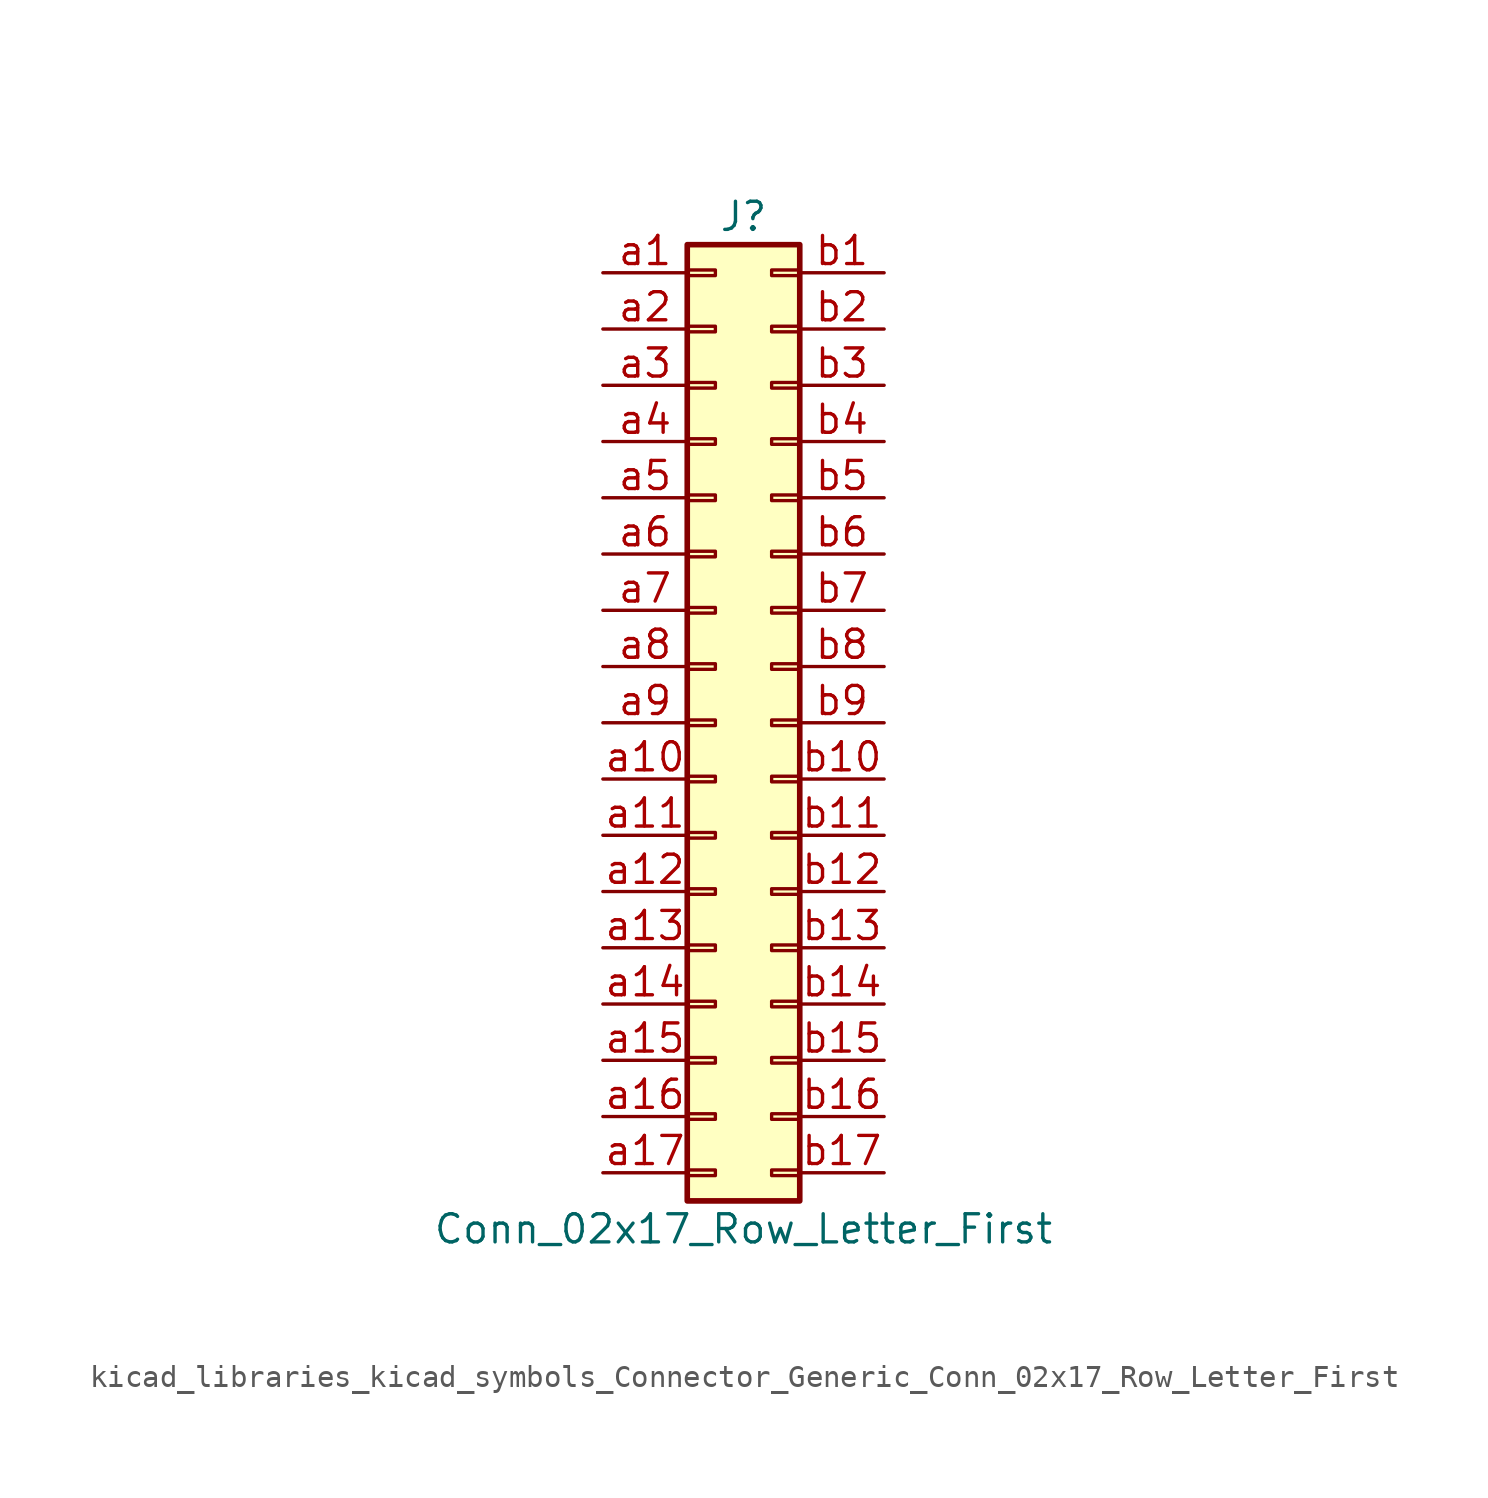
<source format=kicad_sym>
(kicad_symbol_lib
  (version 20220914)
  (generator kicad_symbol_editor)
  (symbol "kicad_libraries_kicad_symbols_Connector_Generic_Conn_02x17_Row_Letter_First"
    (pin_names
      (offset 1.016) hide)
    (property "Reference" "J"
      (at 1.27 22.86 0)
      (effects (font (size 1.27 1.27))))
    (property "Value" "Conn_02x17_Row_Letter_First"
      (at 1.27 -22.86 0)
      (effects (font (size 1.27 1.27))))
    (symbol "kicad_libraries_kicad_symbols_Connector_Generic_Conn_02x17_Row_Letter_First_1_1"
      (rectangle (start -1.27 -20.193) (end 0 -20.447) (stroke (width 0.152) (type default)) (fill (type none)))
      (rectangle (start -1.27 -17.653) (end 0 -17.907) (stroke (width 0.152) (type default)) (fill (type none)))
      (rectangle (start -1.27 -15.113) (end 0 -15.367) (stroke (width 0.152) (type default)) (fill (type none)))
      (rectangle (start -1.27 -12.573) (end 0 -12.827) (stroke (width 0.152) (type default)) (fill (type none)))
      (rectangle (start -1.27 -10.033) (end 0 -10.287) (stroke (width 0.152) (type default)) (fill (type none)))
      (rectangle (start -1.27 -7.493) (end 0 -7.747) (stroke (width 0.152) (type default)) (fill (type none)))
      (rectangle (start -1.27 -4.953) (end 0 -5.207) (stroke (width 0.152) (type default)) (fill (type none)))
      (rectangle (start -1.27 -2.413) (end 0 -2.667) (stroke (width 0.152) (type default)) (fill (type none)))
      (rectangle (start -1.27 0.127) (end 0 -0.127) (stroke (width 0.152) (type default)) (fill (type none)))
      (rectangle (start -1.27 2.667) (end 0 2.413) (stroke (width 0.152) (type default)) (fill (type none)))
      (rectangle (start -1.27 5.207) (end 0 4.953) (stroke (width 0.152) (type default)) (fill (type none)))
      (rectangle (start -1.27 7.747) (end 0 7.493) (stroke (width 0.152) (type default)) (fill (type none)))
      (rectangle (start -1.27 10.287) (end 0 10.033) (stroke (width 0.152) (type default)) (fill (type none)))
      (rectangle (start -1.27 12.827) (end 0 12.573) (stroke (width 0.152) (type default)) (fill (type none)))
      (rectangle (start -1.27 15.367) (end 0 15.113) (stroke (width 0.152) (type default)) (fill (type none)))
      (rectangle (start -1.27 17.907) (end 0 17.653) (stroke (width 0.152) (type default)) (fill (type none)))
      (rectangle (start -1.27 20.447) (end 0 20.193) (stroke (width 0.152) (type default)) (fill (type none)))
      (rectangle (start -1.27 21.59) (end 3.81 -21.59) (stroke (width 0.254) (type default)) (fill (type background)))
      (rectangle (start 3.81 -20.193) (end 2.54 -20.447) (stroke (width 0.152) (type default)) (fill (type none)))
      (rectangle (start 3.81 -17.653) (end 2.54 -17.907) (stroke (width 0.152) (type default)) (fill (type none)))
      (rectangle (start 3.81 -15.113) (end 2.54 -15.367) (stroke (width 0.152) (type default)) (fill (type none)))
      (rectangle (start 3.81 -12.573) (end 2.54 -12.827) (stroke (width 0.152) (type default)) (fill (type none)))
      (rectangle (start 3.81 -10.033) (end 2.54 -10.287) (stroke (width 0.152) (type default)) (fill (type none)))
      (rectangle (start 3.81 -7.493) (end 2.54 -7.747) (stroke (width 0.152) (type default)) (fill (type none)))
      (rectangle (start 3.81 -4.953) (end 2.54 -5.207) (stroke (width 0.152) (type default)) (fill (type none)))
      (rectangle (start 3.81 -2.413) (end 2.54 -2.667) (stroke (width 0.152) (type default)) (fill (type none)))
      (rectangle (start 3.81 0.127) (end 2.54 -0.127) (stroke (width 0.152) (type default)) (fill (type none)))
      (rectangle (start 3.81 2.667) (end 2.54 2.413) (stroke (width 0.152) (type default)) (fill (type none)))
      (rectangle (start 3.81 5.207) (end 2.54 4.953) (stroke (width 0.152) (type default)) (fill (type none)))
      (rectangle (start 3.81 7.747) (end 2.54 7.493) (stroke (width 0.152) (type default)) (fill (type none)))
      (rectangle (start 3.81 10.287) (end 2.54 10.033) (stroke (width 0.152) (type default)) (fill (type none)))
      (rectangle (start 3.81 12.827) (end 2.54 12.573) (stroke (width 0.152) (type default)) (fill (type none)))
      (rectangle (start 3.81 15.367) (end 2.54 15.113) (stroke (width 0.152) (type default)) (fill (type none)))
      (rectangle (start 3.81 17.907) (end 2.54 17.653) (stroke (width 0.152) (type default)) (fill (type none)))
      (rectangle (start 3.81 20.447) (end 2.54 20.193) (stroke (width 0.152) (type default)) (fill (type none)))
      (pin passive line (at -5.08 20.32 0) (length 3.81) (name "Pin_a1" (effects (font (size 1.27 1.27)))) (number "a1" (effects (font (size 1.27 1.27)))))
      (pin passive line (at -5.08 -2.54 0) (length 3.81) (name "Pin_a10" (effects (font (size 1.27 1.27)))) (number "a10" (effects (font (size 1.27 1.27)))))
      (pin passive line (at -5.08 -5.08 0) (length 3.81) (name "Pin_a11" (effects (font (size 1.27 1.27)))) (number "a11" (effects (font (size 1.27 1.27)))))
      (pin passive line (at -5.08 -7.62 0) (length 3.81) (name "Pin_a12" (effects (font (size 1.27 1.27)))) (number "a12" (effects (font (size 1.27 1.27)))))
      (pin passive line (at -5.08 -10.16 0) (length 3.81) (name "Pin_a13" (effects (font (size 1.27 1.27)))) (number "a13" (effects (font (size 1.27 1.27)))))
      (pin passive line (at -5.08 -12.7 0) (length 3.81) (name "Pin_a14" (effects (font (size 1.27 1.27)))) (number "a14" (effects (font (size 1.27 1.27)))))
      (pin passive line (at -5.08 -15.24 0) (length 3.81) (name "Pin_a15" (effects (font (size 1.27 1.27)))) (number "a15" (effects (font (size 1.27 1.27)))))
      (pin passive line (at -5.08 -17.78 0) (length 3.81) (name "Pin_a16" (effects (font (size 1.27 1.27)))) (number "a16" (effects (font (size 1.27 1.27)))))
      (pin passive line (at -5.08 -20.32 0) (length 3.81) (name "Pin_a17" (effects (font (size 1.27 1.27)))) (number "a17" (effects (font (size 1.27 1.27)))))
      (pin passive line (at -5.08 17.78 0) (length 3.81) (name "Pin_a2" (effects (font (size 1.27 1.27)))) (number "a2" (effects (font (size 1.27 1.27)))))
      (pin passive line (at -5.08 15.24 0) (length 3.81) (name "Pin_a3" (effects (font (size 1.27 1.27)))) (number "a3" (effects (font (size 1.27 1.27)))))
      (pin passive line (at -5.08 12.7 0) (length 3.81) (name "Pin_a4" (effects (font (size 1.27 1.27)))) (number "a4" (effects (font (size 1.27 1.27)))))
      (pin passive line (at -5.08 10.16 0) (length 3.81) (name "Pin_a5" (effects (font (size 1.27 1.27)))) (number "a5" (effects (font (size 1.27 1.27)))))
      (pin passive line (at -5.08 7.62 0) (length 3.81) (name "Pin_a6" (effects (font (size 1.27 1.27)))) (number "a6" (effects (font (size 1.27 1.27)))))
      (pin passive line (at -5.08 5.08 0) (length 3.81) (name "Pin_a7" (effects (font (size 1.27 1.27)))) (number "a7" (effects (font (size 1.27 1.27)))))
      (pin passive line (at -5.08 2.54 0) (length 3.81) (name "Pin_a8" (effects (font (size 1.27 1.27)))) (number "a8" (effects (font (size 1.27 1.27)))))
      (pin passive line (at -5.08 0 0) (length 3.81) (name "Pin_a9" (effects (font (size 1.27 1.27)))) (number "a9" (effects (font (size 1.27 1.27)))))
      (pin passive line (at 7.62 20.32 180) (length 3.81) (name "Pin_b1" (effects (font (size 1.27 1.27)))) (number "b1" (effects (font (size 1.27 1.27)))))
      (pin passive line (at 7.62 -2.54 180) (length 3.81) (name "Pin_b10" (effects (font (size 1.27 1.27)))) (number "b10" (effects (font (size 1.27 1.27)))))
      (pin passive line (at 7.62 -5.08 180) (length 3.81) (name "Pin_b11" (effects (font (size 1.27 1.27)))) (number "b11" (effects (font (size 1.27 1.27)))))
      (pin passive line (at 7.62 -7.62 180) (length 3.81) (name "Pin_b12" (effects (font (size 1.27 1.27)))) (number "b12" (effects (font (size 1.27 1.27)))))
      (pin passive line (at 7.62 -10.16 180) (length 3.81) (name "Pin_b13" (effects (font (size 1.27 1.27)))) (number "b13" (effects (font (size 1.27 1.27)))))
      (pin passive line (at 7.62 -12.7 180) (length 3.81) (name "Pin_b14" (effects (font (size 1.27 1.27)))) (number "b14" (effects (font (size 1.27 1.27)))))
      (pin passive line (at 7.62 -15.24 180) (length 3.81) (name "Pin_b15" (effects (font (size 1.27 1.27)))) (number "b15" (effects (font (size 1.27 1.27)))))
      (pin passive line (at 7.62 -17.78 180) (length 3.81) (name "Pin_b16" (effects (font (size 1.27 1.27)))) (number "b16" (effects (font (size 1.27 1.27)))))
      (pin passive line (at 7.62 -20.32 180) (length 3.81) (name "Pin_b17" (effects (font (size 1.27 1.27)))) (number "b17" (effects (font (size 1.27 1.27)))))
      (pin passive line (at 7.62 17.78 180) (length 3.81) (name "Pin_b2" (effects (font (size 1.27 1.27)))) (number "b2" (effects (font (size 1.27 1.27)))))
      (pin passive line (at 7.62 15.24 180) (length 3.81) (name "Pin_b3" (effects (font (size 1.27 1.27)))) (number "b3" (effects (font (size 1.27 1.27)))))
      (pin passive line (at 7.62 12.7 180) (length 3.81) (name "Pin_b4" (effects (font (size 1.27 1.27)))) (number "b4" (effects (font (size 1.27 1.27)))))
      (pin passive line (at 7.62 10.16 180) (length 3.81) (name "Pin_b5" (effects (font (size 1.27 1.27)))) (number "b5" (effects (font (size 1.27 1.27)))))
      (pin passive line (at 7.62 7.62 180) (length 3.81) (name "Pin_b6" (effects (font (size 1.27 1.27)))) (number "b6" (effects (font (size 1.27 1.27)))))
      (pin passive line (at 7.62 5.08 180) (length 3.81) (name "Pin_b7" (effects (font (size 1.27 1.27)))) (number "b7" (effects (font (size 1.27 1.27)))))
      (pin passive line (at 7.62 2.54 180) (length 3.81) (name "Pin_b8" (effects (font (size 1.27 1.27)))) (number "b8" (effects (font (size 1.27 1.27)))))
      (pin passive line (at 7.62 0 180) (length 3.81) (name "Pin_b9" (effects (font (size 1.27 1.27)))) (number "b9" (effects (font (size 1.27 1.27))))))))
</source>
